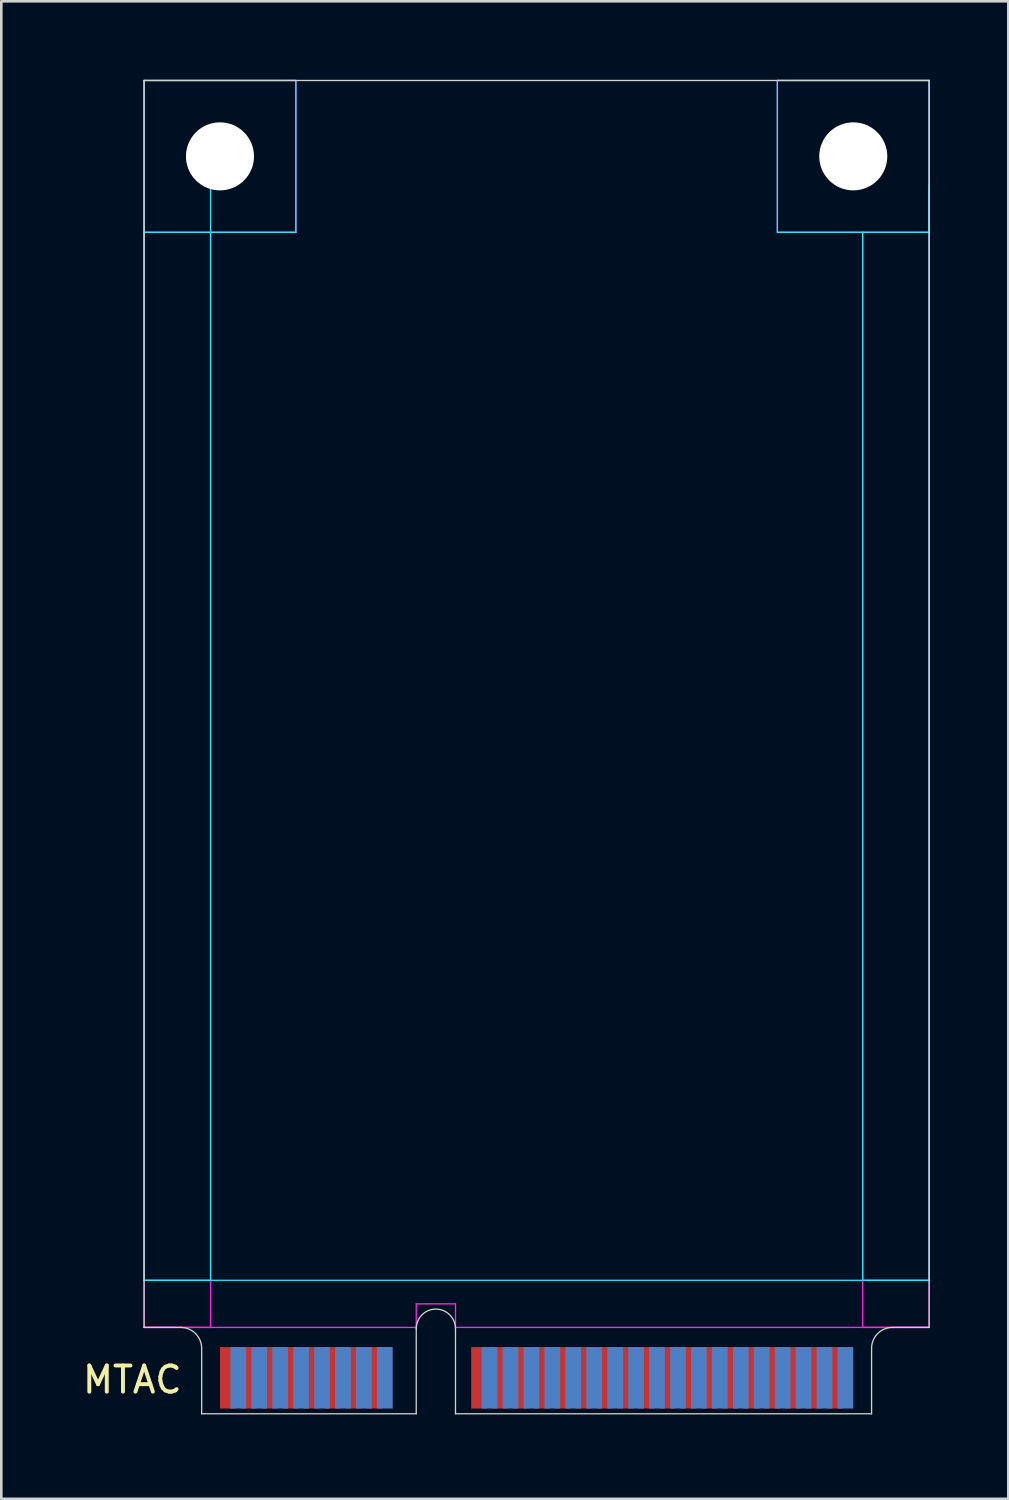
<source format=kicad_pcb>
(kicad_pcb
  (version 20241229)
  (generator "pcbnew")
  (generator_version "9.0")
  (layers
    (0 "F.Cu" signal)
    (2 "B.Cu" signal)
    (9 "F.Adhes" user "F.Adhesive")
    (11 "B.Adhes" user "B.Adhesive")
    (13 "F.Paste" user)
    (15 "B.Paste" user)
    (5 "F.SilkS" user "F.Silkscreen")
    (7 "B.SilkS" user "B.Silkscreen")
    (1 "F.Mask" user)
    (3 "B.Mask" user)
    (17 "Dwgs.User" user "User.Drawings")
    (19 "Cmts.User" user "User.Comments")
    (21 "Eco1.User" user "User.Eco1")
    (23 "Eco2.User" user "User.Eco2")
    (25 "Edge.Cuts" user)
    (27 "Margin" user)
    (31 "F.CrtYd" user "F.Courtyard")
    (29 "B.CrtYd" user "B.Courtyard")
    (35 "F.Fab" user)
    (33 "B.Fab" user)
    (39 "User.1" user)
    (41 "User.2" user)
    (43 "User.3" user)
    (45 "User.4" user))
  (footprint "MTAC"
    (layer "F.Cu")
    (at 13.606 50.975)
    (property "Reference" "MTAC" (at -11.6 -1.3 0) (layer "F.SilkS") (effects (font (size 1 1) (thickness 0.15))))
    (attr through_hole)
    (fp_line (start -11.15 -50.95) (end 18.85 -50.95) (stroke (width 0.05) (type solid)) (layer "Edge.Cuts"))
    (fp_line (start -11.15 -3.3) (end -11.15 -50.95) (stroke (width 0.05) (type solid)) (layer "Edge.Cuts"))
    (fp_line (start -11.15 -3.3) (end -9.75 -3.3) (stroke (width 0.05) (type solid)) (layer "Edge.Cuts"))
    (fp_line (start -8.95 0) (end -8.95 -2.5) (stroke (width 0.05) (type solid)) (layer "Edge.Cuts"))
    (fp_line (start -0.75 0) (end -8.95 0) (stroke (width 0.05) (type solid)) (layer "Edge.Cuts"))
    (fp_line (start -0.75 0) (end -0.75 -3.25) (stroke (width 0.05) (type solid)) (layer "Edge.Cuts"))
    (fp_line (start 0.75 0) (end 0.75 -3.25) (stroke (width 0.05) (type solid)) (layer "Edge.Cuts"))
    (fp_line (start 0.75 0) (end 16.65 0) (stroke (width 0.05) (type solid)) (layer "Edge.Cuts"))
    (fp_line (start 16.65 0) (end 16.65 -2.5) (stroke (width 0.05) (type solid)) (layer "Edge.Cuts"))
    (fp_line (start 17.45 -3.3) (end 18.85 -3.3) (stroke (width 0.05) (type solid)) (layer "Edge.Cuts"))
    (fp_line (start 18.85 -3.3) (end 18.85 -50.95) (stroke (width 0.05) (type solid)) (layer "Edge.Cuts"))
    (fp_arc (start -9.75 -3.3) (mid -9.184315 -3.065685) (end -8.95 -2.5) (stroke (width 0.05) (type solid)) (layer "Edge.Cuts"))
    (fp_arc (start -0.75 -3.25) (mid 0 -4) (end 0.75 -3.25) (stroke (width 0.05) (type solid)) (layer "Edge.Cuts"))
    (fp_arc (start 16.65 -2.5) (mid 16.884315 -3.065685) (end 17.45 -3.3) (stroke (width 0.05) (type solid)) (layer "Edge.Cuts"))
    (fp_line (start -11.15 -50.95) (end -5.35 -50.95) (stroke (width 0.05) (type solid)) (layer "B.CrtYd"))
    (fp_line (start -11.15 -45.15) (end -11.15 -50.95) (stroke (width 0.05) (type solid)) (layer "B.CrtYd"))
    (fp_line (start -11.15 -45.15) (end -5.35 -45.15) (stroke (width 0.05) (type solid)) (layer "B.CrtYd"))
    (fp_line (start -11.15 -5.1) (end -11.15 -45.15) (stroke (width 0.05) (type solid)) (layer "B.CrtYd"))
    (fp_line (start -11.15 -5.1) (end 18.85 -5.1) (stroke (width 0.05) (type solid)) (layer "B.CrtYd"))
    (fp_line (start -8.61 -46.95) (end -8.61 -5.1) (stroke (width 0.05) (type solid)) (layer "B.CrtYd"))
    (fp_line (start -8.61 -5.1) (end -11.15 -5.1) (stroke (width 0.05) (type solid)) (layer "B.CrtYd"))
    (fp_line (start -5.35 -45.15) (end -5.35 -50.95) (stroke (width 0.05) (type solid)) (layer "B.CrtYd"))
    (fp_line (start 13.05 -50.95) (end 18.85 -50.95) (stroke (width 0.05) (type solid)) (layer "B.CrtYd"))
    (fp_line (start 13.05 -45.15) (end 13.05 -50.95) (stroke (width 0.05) (type solid)) (layer "B.CrtYd"))
    (fp_line (start 13.05 -45.15) (end 18.85 -45.15) (stroke (width 0.05) (type solid)) (layer "B.CrtYd"))
    (fp_line (start 16.31 -5.1) (end 16.31 -45.15) (stroke (width 0.05) (type solid)) (layer "B.CrtYd"))
    (fp_line (start 18.85 -46.95) (end 18.85 -5.1) (stroke (width 0.05) (type solid)) (layer "B.CrtYd"))
    (fp_line (start 18.85 -45.15) (end 18.85 -50.95) (stroke (width 0.05) (type solid)) (layer "B.CrtYd"))
    (fp_line (start 18.85 -5.1) (end 16.31 -5.1) (stroke (width 0.05) (type solid)) (layer "B.CrtYd"))
    (fp_line (start -11.15 -50.95) (end -5.35 -50.95) (stroke (width 0.05) (type solid)) (layer "F.CrtYd"))
    (fp_line (start -11.15 -45.15) (end -11.15 -50.95) (stroke (width 0.05) (type solid)) (layer "F.CrtYd"))
    (fp_line (start -11.15 -45.15) (end -5.35 -45.15) (stroke (width 0.05) (type solid)) (layer "F.CrtYd"))
    (fp_line (start -11.15 -3.3) (end -11.15 -45.15) (stroke (width 0.05) (type solid)) (layer "F.CrtYd"))
    (fp_line (start -11.15 -3.3) (end -0.75 -3.3) (stroke (width 0.05) (type solid)) (layer "F.CrtYd"))
    (fp_line (start -8.61 -45.15) (end -8.61 -3.3) (stroke (width 0.05) (type solid)) (layer "F.CrtYd"))
    (fp_line (start -8.61 -3.3) (end -11.15 -3.3) (stroke (width 0.05) (type solid)) (layer "F.CrtYd"))
    (fp_line (start -5.35 -45.15) (end -5.35 -50.95) (stroke (width 0.05) (type solid)) (layer "F.CrtYd"))
    (fp_line (start -0.75 -4.2) (end 0.75 -4.2) (stroke (width 0.05) (type solid)) (layer "F.CrtYd"))
    (fp_line (start -0.75 -3.3) (end -0.75 -4.2) (stroke (width 0.05) (type solid)) (layer "F.CrtYd"))
    (fp_line (start 0.75 -3.3) (end 0.75 -4.2) (stroke (width 0.05) (type solid)) (layer "F.CrtYd"))
    (fp_line (start 0.75 -3.3) (end 18.85 -3.3) (stroke (width 0.05) (type solid)) (layer "F.CrtYd"))
    (fp_line (start 13.05 -50.95) (end 18.85 -50.95) (stroke (width 0.05) (type solid)) (layer "F.CrtYd"))
    (fp_line (start 13.05 -45.15) (end 13.05 -50.95) (stroke (width 0.05) (type solid)) (layer "F.CrtYd"))
    (fp_line (start 13.05 -45.15) (end 18.85 -45.15) (stroke (width 0.05) (type solid)) (layer "F.CrtYd"))
    (fp_line (start 16.31 -3.3) (end 16.31 -45.15) (stroke (width 0.05) (type solid)) (layer "F.CrtYd"))
    (fp_line (start 18.85 -45.15) (end 18.85 -50.95) (stroke (width 0.05) (type solid)) (layer "F.CrtYd"))
    (fp_line (start 18.85 -45.15) (end 18.85 -3.3) (stroke (width 0.05) (type solid)) (layer "F.CrtYd"))
    (fp_line (start 18.85 -3.3) (end 16.31 -3.3) (stroke (width 0.05) (type solid)) (layer "F.CrtYd"))
    (pad "" np_thru_hole circle (at -8.25 -48.05) (size 2.6 2.6) (drill 2.6) (layers "*.Cu"))
    (pad "" np_thru_hole circle (at 15.95 -48.05) (size 2.6 2.6) (drill 2.6) (layers "*.Cu"))
    (pad "1" smd rect (at -7.95 -1.375) (size 0.6 2.35) (layers "F.Cu" "F.Mask"))
    (pad "2" smd rect (at -7.55 -1.375) (size 0.6 2.35) (layers "B.Cu" "B.Mask"))
    (pad "3" smd rect (at -7.15 -1.375) (size 0.6 2.35) (layers "F.Cu" "F.Mask"))
    (pad "4" smd rect (at -6.75 -1.375) (size 0.6 2.35) (layers "B.Cu" "B.Mask"))
    (pad "5" smd rect (at -6.35 -1.375) (size 0.6 2.35) (layers "F.Cu" "F.Mask"))
    (pad "6" smd rect (at -5.95 -1.375) (size 0.6 2.35) (layers "B.Cu" "B.Mask"))
    (pad "7" smd rect (at -5.55 -1.375) (size 0.6 2.35) (layers "F.Cu" "F.Mask"))
    (pad "8" smd rect (at -5.15 -1.375) (size 0.6 2.35) (layers "B.Cu" "B.Mask"))
    (pad "9" smd rect (at -4.75 -1.375) (size 0.6 2.35) (layers "F.Cu" "F.Mask"))
    (pad "10" smd rect (at -4.35 -1.375) (size 0.6 2.35) (layers "B.Cu" "B.Mask"))
    (pad "11" smd rect (at -3.95 -1.375) (size 0.6 2.35) (layers "F.Cu" "F.Mask"))
    (pad "12" smd rect (at -3.55 -1.375) (size 0.6 2.35) (layers "B.Cu" "B.Mask"))
    (pad "13" smd rect (at -3.15 -1.375) (size 0.6 2.35) (layers "F.Cu" "F.Mask"))
    (pad "14" smd rect (at -2.75 -1.375) (size 0.6 2.35) (layers "B.Cu" "B.Mask"))
    (pad "15" smd rect (at -2.35 -1.375) (size 0.6 2.35) (layers "F.Cu" "F.Mask"))
    (pad "16" smd rect (at -1.95 -1.375) (size 0.6 2.35) (layers "B.Cu" "B.Mask"))
    (pad "17" smd rect (at 1.65 -1.375) (size 0.6 2.35) (layers "F.Cu" "F.Mask"))
    (pad "18" smd rect (at 2.05 -1.375) (size 0.6 2.35) (layers "B.Cu" "B.Mask"))
    (pad "19" smd rect (at 2.45 -1.375) (size 0.6 2.35) (layers "F.Cu" "F.Mask"))
    (pad "20" smd rect (at 2.85 -1.375) (size 0.6 2.35) (layers "B.Cu" "B.Mask"))
    (pad "21" smd rect (at 3.25 -1.375) (size 0.6 2.35) (layers "F.Cu" "F.Mask"))
    (pad "22" smd rect (at 3.65 -1.375) (size 0.6 2.35) (layers "B.Cu" "B.Mask"))
    (pad "23" smd rect (at 4.05 -1.375) (size 0.6 2.35) (layers "F.Cu" "F.Mask"))
    (pad "24" smd rect (at 4.45 -1.375) (size 0.6 2.35) (layers "B.Cu" "B.Mask"))
    (pad "25" smd rect (at 4.85 -1.375) (size 0.6 2.35) (layers "F.Cu" "F.Mask"))
    (pad "26" smd rect (at 5.25 -1.375) (size 0.6 2.35) (layers "B.Cu" "B.Mask"))
    (pad "27" smd rect (at 5.65 -1.375) (size 0.6 2.35) (layers "F.Cu" "F.Mask"))
    (pad "28" smd rect (at 6.05 -1.375) (size 0.6 2.35) (layers "B.Cu" "B.Mask"))
    (pad "29" smd rect (at 6.45 -1.375) (size 0.6 2.35) (layers "F.Cu" "F.Mask"))
    (pad "30" smd rect (at 6.85 -1.375) (size 0.6 2.35) (layers "B.Cu" "B.Mask"))
    (pad "31" smd rect (at 7.25 -1.375) (size 0.6 2.35) (layers "F.Cu" "F.Mask"))
    (pad "32" smd rect (at 7.65 -1.375) (size 0.6 2.35) (layers "B.Cu" "B.Mask"))
    (pad "33" smd rect (at 8.05 -1.375) (size 0.6 2.35) (layers "F.Cu" "F.Mask"))
    (pad "34" smd rect (at 8.45 -1.375) (size 0.6 2.35) (layers "B.Cu" "B.Mask"))
    (pad "35" smd rect (at 8.85 -1.375) (size 0.6 2.35) (layers "F.Cu" "F.Mask"))
    (pad "36" smd rect (at 9.25 -1.375) (size 0.6 2.35) (layers "B.Cu" "B.Mask"))
    (pad "37" smd rect (at 9.65 -1.375) (size 0.6 2.35) (layers "F.Cu" "F.Mask"))
    (pad "38" smd rect (at 10.05 -1.375) (size 0.6 2.35) (layers "B.Cu" "B.Mask"))
    (pad "39" smd rect (at 10.45 -1.375) (size 0.6 2.35) (layers "F.Cu" "F.Mask"))
    (pad "40" smd rect (at 10.85 -1.375) (size 0.6 2.35) (layers "B.Cu" "B.Mask"))
    (pad "41" smd rect (at 11.25 -1.375) (size 0.6 2.35) (layers "F.Cu" "F.Mask"))
    (pad "42" smd rect (at 11.65 -1.375) (size 0.6 2.35) (layers "B.Cu" "B.Mask"))
    (pad "43" smd rect (at 12.05 -1.375) (size 0.6 2.35) (layers "F.Cu" "F.Mask"))
    (pad "44" smd rect (at 12.45 -1.375) (size 0.6 2.35) (layers "B.Cu" "B.Mask"))
    (pad "45" smd rect (at 12.85 -1.375) (size 0.6 2.35) (layers "F.Cu" "F.Mask"))
    (pad "46" smd rect (at 13.25 -1.375) (size 0.6 2.35) (layers "B.Cu" "B.Mask"))
    (pad "47" smd rect (at 13.65 -1.375) (size 0.6 2.35) (layers "F.Cu" "F.Mask"))
    (pad "48" smd rect (at 14.05 -1.375) (size 0.6 2.35) (layers "B.Cu" "B.Mask"))
    (pad "49" smd rect (at 14.45 -1.375) (size 0.6 2.35) (layers "F.Cu" "F.Mask"))
    (pad "50" smd rect (at 14.85 -1.375) (size 0.6 2.35) (layers "B.Cu" "B.Mask"))
    (pad "51" smd rect (at 15.25 -1.375) (size 0.6 2.35) (layers "F.Cu" "F.Mask"))
    (pad "52" smd rect (at 15.65 -1.375) (size 0.6 2.35) (layers "B.Cu" "B.Mask")))
  (gr_rect
    (start -3 -3)
    (end 35.481 54.225)
    (stroke (width 0.1) (type default))
    (fill no)
    (layer "Edge.Cuts")))
</source>
